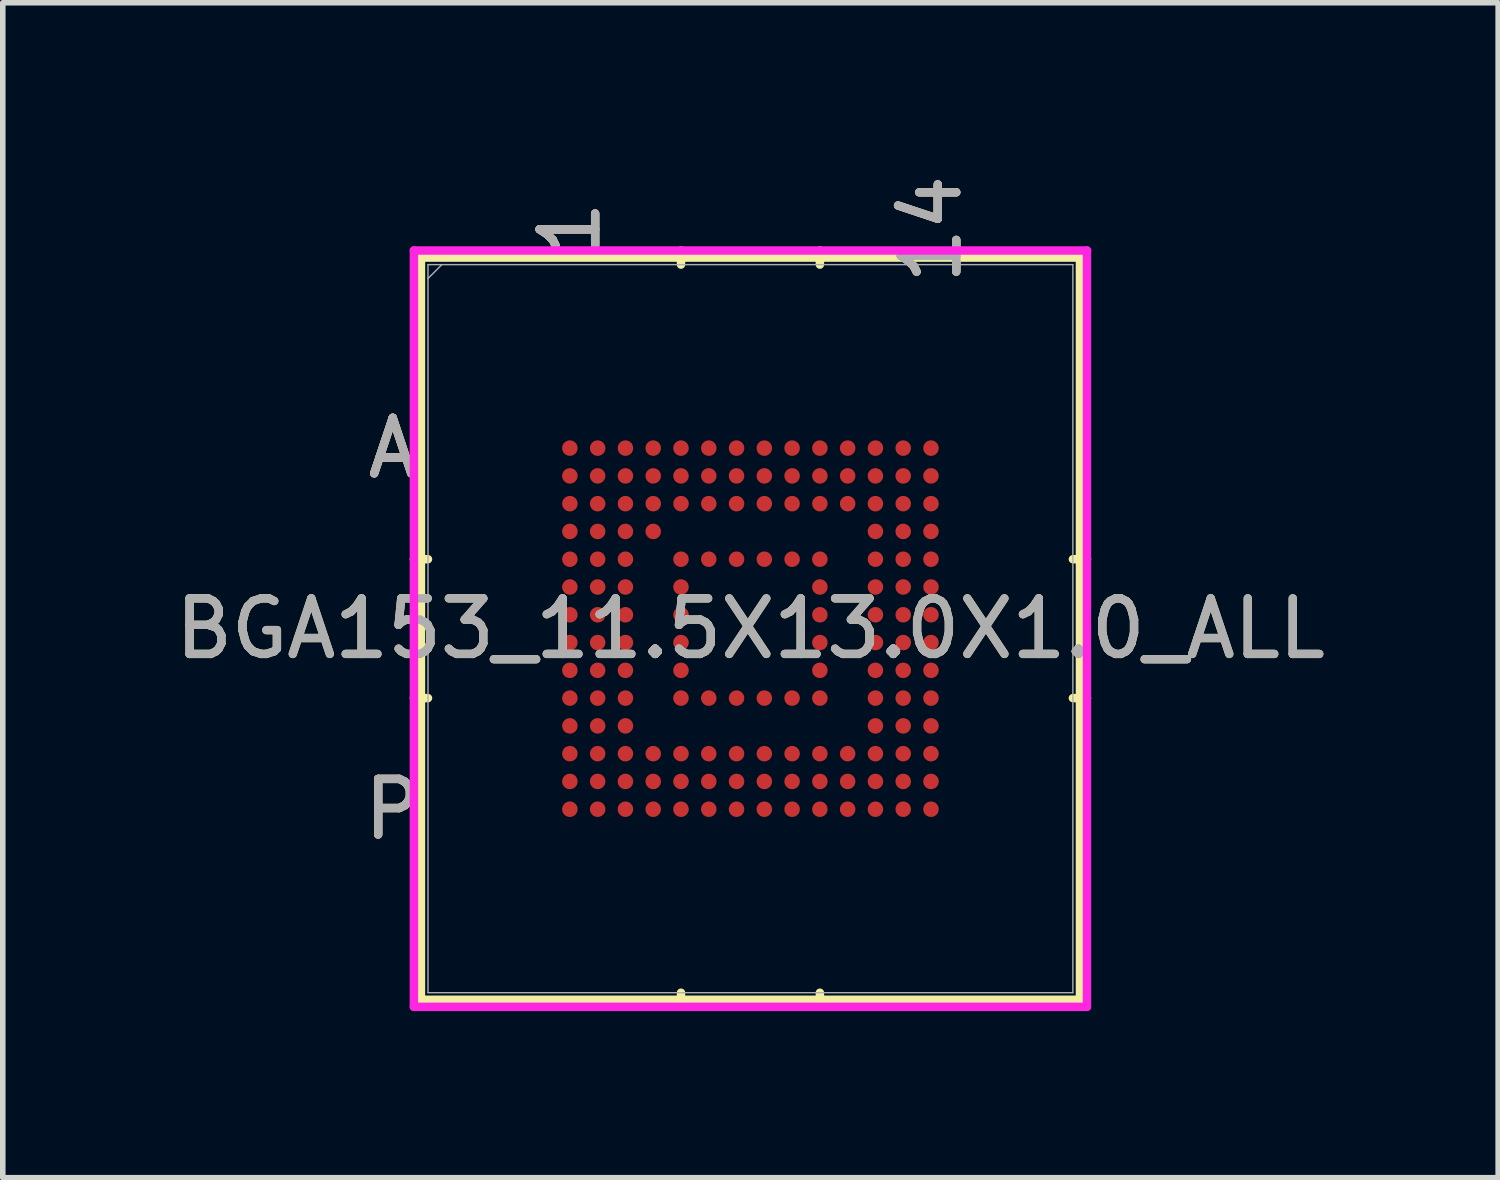
<source format=kicad_pcb>
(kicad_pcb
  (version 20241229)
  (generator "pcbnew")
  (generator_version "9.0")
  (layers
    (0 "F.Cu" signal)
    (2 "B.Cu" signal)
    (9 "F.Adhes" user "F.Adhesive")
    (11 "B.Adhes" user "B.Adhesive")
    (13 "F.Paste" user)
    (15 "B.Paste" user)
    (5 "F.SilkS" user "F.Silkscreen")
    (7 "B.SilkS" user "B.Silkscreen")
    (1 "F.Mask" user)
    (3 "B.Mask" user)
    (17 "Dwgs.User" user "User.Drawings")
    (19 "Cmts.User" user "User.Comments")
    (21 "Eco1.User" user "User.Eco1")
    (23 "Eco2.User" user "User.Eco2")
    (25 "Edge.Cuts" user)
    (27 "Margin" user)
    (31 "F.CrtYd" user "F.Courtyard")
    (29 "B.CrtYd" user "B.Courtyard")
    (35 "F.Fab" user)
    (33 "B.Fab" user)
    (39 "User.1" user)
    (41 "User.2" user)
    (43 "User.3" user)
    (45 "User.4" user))
  (footprint "BGA153_11.5X13.0X1.0_ALL"
    (layer "F.Cu")
    (at 10.458 8.266)
    (property "Reference" "BGA153_11.5X13.0X1.0_ALL" (at 0 0 0) (unlocked yes) (layer "F.SilkS") (effects (font (size 1 1) (thickness 0.15))))
    (attr smd)
    (fp_line (start -5.931 -6.68) (end -5.931 6.68) (stroke (width 0.152) (type solid)) (layer "F.SilkS"))
    (fp_line (start -5.931 6.68) (end 5.931 6.68) (stroke (width 0.152) (type solid)) (layer "F.SilkS"))
    (fp_line (start -5.804 -1.25) (end -6.058 -1.25) (stroke (width 0.152) (type solid)) (layer "F.SilkS"))
    (fp_line (start -5.804 1.25) (end -6.058 1.25) (stroke (width 0.152) (type solid)) (layer "F.SilkS"))
    (fp_line (start -1.25 -6.553) (end -1.25 -6.807) (stroke (width 0.152) (type solid)) (layer "F.SilkS"))
    (fp_line (start -1.25 6.553) (end -1.25 6.807) (stroke (width 0.152) (type solid)) (layer "F.SilkS"))
    (fp_line (start 1.25 -6.553) (end 1.25 -6.807) (stroke (width 0.152) (type solid)) (layer "F.SilkS"))
    (fp_line (start 1.25 6.553) (end 1.25 6.807) (stroke (width 0.152) (type solid)) (layer "F.SilkS"))
    (fp_line (start 5.804 -1.25) (end 6.058 -1.25) (stroke (width 0.152) (type solid)) (layer "F.SilkS"))
    (fp_line (start 5.804 1.25) (end 6.058 1.25) (stroke (width 0.152) (type solid)) (layer "F.SilkS"))
    (fp_line (start 5.931 -6.68) (end -5.931 -6.68) (stroke (width 0.152) (type solid)) (layer "F.SilkS"))
    (fp_line (start 5.931 6.68) (end 5.931 -6.68) (stroke (width 0.152) (type solid)) (layer "F.SilkS"))
    (fp_line (start -6.058 -6.807) (end 6.058 -6.807) (stroke (width 0.152) (type solid)) (layer "F.CrtYd"))
    (fp_line (start -6.058 6.807) (end -6.058 -6.807) (stroke (width 0.152) (type solid)) (layer "F.CrtYd"))
    (fp_line (start 6.058 -6.807) (end 6.058 6.807) (stroke (width 0.152) (type solid)) (layer "F.CrtYd"))
    (fp_line (start 6.058 6.807) (end -6.058 6.807) (stroke (width 0.152) (type solid)) (layer "F.CrtYd"))
    (fp_line (start -5.804 -6.553) (end -5.804 6.553) (stroke (width 0.025) (type solid)) (layer "F.Fab"))
    (fp_line (start -5.804 6.553) (end 5.804 6.553) (stroke (width 0.025) (type solid)) (layer "F.Fab"))
    (fp_line (start -5.554 -6.553) (end -5.804 -6.303) (stroke (width 0.025) (type solid)) (layer "F.Fab"))
    (fp_line (start 5.804 -6.553) (end -5.804 -6.553) (stroke (width 0.025) (type solid)) (layer "F.Fab"))
    (fp_line (start 5.804 6.553) (end 5.804 -6.553) (stroke (width 0.025) (type solid)) (layer "F.Fab"))
    (fp_text user "P" (at -6.439 3.25 0) (unlocked yes) (layer "F.SilkS") (effects (font (size 1 1) (thickness 0.15))))
    (fp_text user "14" (at 3.25 -7.188 90) (unlocked yes) (layer "F.SilkS") (effects (font (size 1 1) (thickness 0.15))))
    (fp_text user "A" (at -6.439 -3.25 0) (unlocked yes) (layer "F.SilkS") (effects (font (size 1 1) (thickness 0.15))))
    (fp_text user "1" (at -3.25 -7.188 90) (unlocked yes) (layer "F.SilkS") (effects (font (size 1 1) (thickness 0.15))))
    (fp_text user "A" (at -6.439 -3.25 0) (unlocked yes) (layer "B.SilkS") (effects (font (size 1 1) (thickness 0.15))))
    (fp_text user "14" (at 3.25 -7.188 90) (unlocked yes) (layer "B.SilkS") (effects (font (size 1 1) (thickness 0.15))))
    (fp_text user "P" (at -6.439 3.25 0) (unlocked yes) (layer "B.SilkS") (effects (font (size 1 1) (thickness 0.15))))
    (fp_text user "1" (at -3.25 -7.188 90) (unlocked yes) (layer "B.SilkS") (effects (font (size 1 1) (thickness 0.15))))
    (fp_text user "P" (at -6.439 3.25 0) (unlocked yes) (layer "F.Fab") (effects (font (size 1 1) (thickness 0.15))))
    (fp_text user "A" (at -6.439 -3.25 0) (unlocked yes) (layer "F.Fab") (effects (font (size 1 1) (thickness 0.15))))
    (fp_text user "14" (at 3.25 -7.188 90) (unlocked yes) (layer "F.Fab") (effects (font (size 1 1) (thickness 0.15))))
    (fp_text user "${REFERENCE}" (at 0 0 0) (unlocked yes) (layer "F.Fab") (effects (font (size 1 1) (thickness 0.15))))
    (fp_text user "1" (at -3.25 -7.188 90) (unlocked yes) (layer "F.Fab") (effects (font (size 1 1) (thickness 0.15))))
    (pad "A1" smd circle (at -3.25 -3.25) (size 0.279 0.279) (layers "F.Cu" "F.Mask" "F.Paste"))
    (pad "A2" smd circle (at -2.75 -3.25) (size 0.279 0.279) (layers "F.Cu" "F.Mask" "F.Paste"))
    (pad "A3" smd circle (at -2.25 -3.25) (size 0.279 0.279) (layers "F.Cu" "F.Mask" "F.Paste"))
    (pad "A4" smd circle (at -1.75 -3.25) (size 0.279 0.279) (layers "F.Cu" "F.Mask" "F.Paste"))
    (pad "A5" smd circle (at -1.25 -3.25) (size 0.279 0.279) (layers "F.Cu" "F.Mask" "F.Paste"))
    (pad "A6" smd circle (at -0.75 -3.25) (size 0.279 0.279) (layers "F.Cu" "F.Mask" "F.Paste"))
    (pad "A7" smd circle (at -0.25 -3.25) (size 0.279 0.279) (layers "F.Cu" "F.Mask" "F.Paste"))
    (pad "A8" smd circle (at 0.25 -3.25) (size 0.279 0.279) (layers "F.Cu" "F.Mask" "F.Paste"))
    (pad "A9" smd circle (at 0.75 -3.25) (size 0.279 0.279) (layers "F.Cu" "F.Mask" "F.Paste"))
    (pad "A10" smd circle (at 1.25 -3.25) (size 0.279 0.279) (layers "F.Cu" "F.Mask" "F.Paste"))
    (pad "A11" smd circle (at 1.75 -3.25) (size 0.279 0.279) (layers "F.Cu" "F.Mask" "F.Paste"))
    (pad "A12" smd circle (at 2.25 -3.25) (size 0.279 0.279) (layers "F.Cu" "F.Mask" "F.Paste"))
    (pad "A13" smd circle (at 2.75 -3.25) (size 0.279 0.279) (layers "F.Cu" "F.Mask" "F.Paste"))
    (pad "A14" smd circle (at 3.25 -3.25) (size 0.279 0.279) (layers "F.Cu" "F.Mask" "F.Paste"))
    (pad "B1" smd circle (at -3.25 -2.75) (size 0.279 0.279) (layers "F.Cu" "F.Mask" "F.Paste"))
    (pad "B2" smd circle (at -2.75 -2.75) (size 0.279 0.279) (layers "F.Cu" "F.Mask" "F.Paste"))
    (pad "B3" smd circle (at -2.25 -2.75) (size 0.279 0.279) (layers "F.Cu" "F.Mask" "F.Paste"))
    (pad "B4" smd circle (at -1.75 -2.75) (size 0.279 0.279) (layers "F.Cu" "F.Mask" "F.Paste"))
    (pad "B5" smd circle (at -1.25 -2.75) (size 0.279 0.279) (layers "F.Cu" "F.Mask" "F.Paste"))
    (pad "B6" smd circle (at -0.75 -2.75) (size 0.279 0.279) (layers "F.Cu" "F.Mask" "F.Paste"))
    (pad "B7" smd circle (at -0.25 -2.75) (size 0.279 0.279) (layers "F.Cu" "F.Mask" "F.Paste"))
    (pad "B8" smd circle (at 0.25 -2.75) (size 0.279 0.279) (layers "F.Cu" "F.Mask" "F.Paste"))
    (pad "B9" smd circle (at 0.75 -2.75) (size 0.279 0.279) (layers "F.Cu" "F.Mask" "F.Paste"))
    (pad "B10" smd circle (at 1.25 -2.75) (size 0.279 0.279) (layers "F.Cu" "F.Mask" "F.Paste"))
    (pad "B11" smd circle (at 1.75 -2.75) (size 0.279 0.279) (layers "F.Cu" "F.Mask" "F.Paste"))
    (pad "B12" smd circle (at 2.25 -2.75) (size 0.279 0.279) (layers "F.Cu" "F.Mask" "F.Paste"))
    (pad "B13" smd circle (at 2.75 -2.75) (size 0.279 0.279) (layers "F.Cu" "F.Mask" "F.Paste"))
    (pad "B14" smd circle (at 3.25 -2.75) (size 0.279 0.279) (layers "F.Cu" "F.Mask" "F.Paste"))
    (pad "C1" smd circle (at -3.25 -2.25) (size 0.279 0.279) (layers "F.Cu" "F.Mask" "F.Paste"))
    (pad "C2" smd circle (at -2.75 -2.25) (size 0.279 0.279) (layers "F.Cu" "F.Mask" "F.Paste"))
    (pad "C3" smd circle (at -2.25 -2.25) (size 0.279 0.279) (layers "F.Cu" "F.Mask" "F.Paste"))
    (pad "C4" smd circle (at -1.75 -2.25) (size 0.279 0.279) (layers "F.Cu" "F.Mask" "F.Paste"))
    (pad "C5" smd circle (at -1.25 -2.25) (size 0.279 0.279) (layers "F.Cu" "F.Mask" "F.Paste"))
    (pad "C6" smd circle (at -0.75 -2.25) (size 0.279 0.279) (layers "F.Cu" "F.Mask" "F.Paste"))
    (pad "C7" smd circle (at -0.25 -2.25) (size 0.279 0.279) (layers "F.Cu" "F.Mask" "F.Paste"))
    (pad "C8" smd circle (at 0.25 -2.25) (size 0.279 0.279) (layers "F.Cu" "F.Mask" "F.Paste"))
    (pad "C9" smd circle (at 0.75 -2.25) (size 0.279 0.279) (layers "F.Cu" "F.Mask" "F.Paste"))
    (pad "C10" smd circle (at 1.25 -2.25) (size 0.279 0.279) (layers "F.Cu" "F.Mask" "F.Paste"))
    (pad "C11" smd circle (at 1.75 -2.25) (size 0.279 0.279) (layers "F.Cu" "F.Mask" "F.Paste"))
    (pad "C12" smd circle (at 2.25 -2.25) (size 0.279 0.279) (layers "F.Cu" "F.Mask" "F.Paste"))
    (pad "C13" smd circle (at 2.75 -2.25) (size 0.279 0.279) (layers "F.Cu" "F.Mask" "F.Paste"))
    (pad "C14" smd circle (at 3.25 -2.25) (size 0.279 0.279) (layers "F.Cu" "F.Mask" "F.Paste"))
    (pad "D1" smd circle (at -3.25 -1.75) (size 0.279 0.279) (layers "F.Cu" "F.Mask" "F.Paste"))
    (pad "D2" smd circle (at -2.75 -1.75) (size 0.279 0.279) (layers "F.Cu" "F.Mask" "F.Paste"))
    (pad "D3" smd circle (at -2.25 -1.75) (size 0.279 0.279) (layers "F.Cu" "F.Mask" "F.Paste"))
    (pad "D4" smd circle (at -1.75 -1.75) (size 0.279 0.279) (layers "F.Cu" "F.Mask" "F.Paste"))
    (pad "D12" smd circle (at 2.25 -1.75) (size 0.279 0.279) (layers "F.Cu" "F.Mask" "F.Paste"))
    (pad "D13" smd circle (at 2.75 -1.75) (size 0.279 0.279) (layers "F.Cu" "F.Mask" "F.Paste"))
    (pad "D14" smd circle (at 3.25 -1.75) (size 0.279 0.279) (layers "F.Cu" "F.Mask" "F.Paste"))
    (pad "E1" smd circle (at -3.25 -1.25) (size 0.279 0.279) (layers "F.Cu" "F.Mask" "F.Paste"))
    (pad "E2" smd circle (at -2.75 -1.25) (size 0.279 0.279) (layers "F.Cu" "F.Mask" "F.Paste"))
    (pad "E3" smd circle (at -2.25 -1.25) (size 0.279 0.279) (layers "F.Cu" "F.Mask" "F.Paste"))
    (pad "E5" smd circle (at -1.25 -1.25) (size 0.279 0.279) (layers "F.Cu" "F.Mask" "F.Paste"))
    (pad "E6" smd circle (at -0.75 -1.25) (size 0.279 0.279) (layers "F.Cu" "F.Mask" "F.Paste"))
    (pad "E7" smd circle (at -0.25 -1.25) (size 0.279 0.279) (layers "F.Cu" "F.Mask" "F.Paste"))
    (pad "E8" smd circle (at 0.25 -1.25) (size 0.279 0.279) (layers "F.Cu" "F.Mask" "F.Paste"))
    (pad "E9" smd circle (at 0.75 -1.25) (size 0.279 0.279) (layers "F.Cu" "F.Mask" "F.Paste"))
    (pad "E10" smd circle (at 1.25 -1.25) (size 0.279 0.279) (layers "F.Cu" "F.Mask" "F.Paste"))
    (pad "E12" smd circle (at 2.25 -1.25) (size 0.279 0.279) (layers "F.Cu" "F.Mask" "F.Paste"))
    (pad "E13" smd circle (at 2.75 -1.25) (size 0.279 0.279) (layers "F.Cu" "F.Mask" "F.Paste"))
    (pad "E14" smd circle (at 3.25 -1.25) (size 0.279 0.279) (layers "F.Cu" "F.Mask" "F.Paste"))
    (pad "F1" smd circle (at -3.25 -0.75) (size 0.279 0.279) (layers "F.Cu" "F.Mask" "F.Paste"))
    (pad "F2" smd circle (at -2.75 -0.75) (size 0.279 0.279) (layers "F.Cu" "F.Mask" "F.Paste"))
    (pad "F3" smd circle (at -2.25 -0.75) (size 0.279 0.279) (layers "F.Cu" "F.Mask" "F.Paste"))
    (pad "F5" smd circle (at -1.25 -0.75) (size 0.279 0.279) (layers "F.Cu" "F.Mask" "F.Paste"))
    (pad "F10" smd circle (at 1.25 -0.75) (size 0.279 0.279) (layers "F.Cu" "F.Mask" "F.Paste"))
    (pad "F12" smd circle (at 2.25 -0.75) (size 0.279 0.279) (layers "F.Cu" "F.Mask" "F.Paste"))
    (pad "F13" smd circle (at 2.75 -0.75) (size 0.279 0.279) (layers "F.Cu" "F.Mask" "F.Paste"))
    (pad "F14" smd circle (at 3.25 -0.75) (size 0.279 0.279) (layers "F.Cu" "F.Mask" "F.Paste"))
    (pad "G1" smd circle (at -3.25 -0.25) (size 0.279 0.279) (layers "F.Cu" "F.Mask" "F.Paste"))
    (pad "G2" smd circle (at -2.75 -0.25) (size 0.279 0.279) (layers "F.Cu" "F.Mask" "F.Paste"))
    (pad "G3" smd circle (at -2.25 -0.25) (size 0.279 0.279) (layers "F.Cu" "F.Mask" "F.Paste"))
    (pad "G5" smd circle (at -1.25 -0.25) (size 0.279 0.279) (layers "F.Cu" "F.Mask" "F.Paste"))
    (pad "G10" smd circle (at 1.25 -0.25) (size 0.279 0.279) (layers "F.Cu" "F.Mask" "F.Paste"))
    (pad "G12" smd circle (at 2.25 -0.25) (size 0.279 0.279) (layers "F.Cu" "F.Mask" "F.Paste"))
    (pad "G13" smd circle (at 2.75 -0.25) (size 0.279 0.279) (layers "F.Cu" "F.Mask" "F.Paste"))
    (pad "G14" smd circle (at 3.25 -0.25) (size 0.279 0.279) (layers "F.Cu" "F.Mask" "F.Paste"))
    (pad "H1" smd circle (at -3.25 0.25) (size 0.279 0.279) (layers "F.Cu" "F.Mask" "F.Paste"))
    (pad "H2" smd circle (at -2.75 0.25) (size 0.279 0.279) (layers "F.Cu" "F.Mask" "F.Paste"))
    (pad "H3" smd circle (at -2.25 0.25) (size 0.279 0.279) (layers "F.Cu" "F.Mask" "F.Paste"))
    (pad "H5" smd circle (at -1.25 0.25) (size 0.279 0.279) (layers "F.Cu" "F.Mask" "F.Paste"))
    (pad "H10" smd circle (at 1.25 0.25) (size 0.279 0.279) (layers "F.Cu" "F.Mask" "F.Paste"))
    (pad "H12" smd circle (at 2.25 0.25) (size 0.279 0.279) (layers "F.Cu" "F.Mask" "F.Paste"))
    (pad "H13" smd circle (at 2.75 0.25) (size 0.279 0.279) (layers "F.Cu" "F.Mask" "F.Paste"))
    (pad "H14" smd circle (at 3.25 0.25) (size 0.279 0.279) (layers "F.Cu" "F.Mask" "F.Paste"))
    (pad "J1" smd circle (at -3.25 0.75) (size 0.279 0.279) (layers "F.Cu" "F.Mask" "F.Paste"))
    (pad "J2" smd circle (at -2.75 0.75) (size 0.279 0.279) (layers "F.Cu" "F.Mask" "F.Paste"))
    (pad "J3" smd circle (at -2.25 0.75) (size 0.279 0.279) (layers "F.Cu" "F.Mask" "F.Paste"))
    (pad "J5" smd circle (at -1.25 0.75) (size 0.279 0.279) (layers "F.Cu" "F.Mask" "F.Paste"))
    (pad "J10" smd circle (at 1.25 0.75) (size 0.279 0.279) (layers "F.Cu" "F.Mask" "F.Paste"))
    (pad "J12" smd circle (at 2.25 0.75) (size 0.279 0.279) (layers "F.Cu" "F.Mask" "F.Paste"))
    (pad "J13" smd circle (at 2.75 0.75) (size 0.279 0.279) (layers "F.Cu" "F.Mask" "F.Paste"))
    (pad "J14" smd circle (at 3.25 0.75) (size 0.279 0.279) (layers "F.Cu" "F.Mask" "F.Paste"))
    (pad "K1" smd circle (at -3.25 1.25) (size 0.279 0.279) (layers "F.Cu" "F.Mask" "F.Paste"))
    (pad "K2" smd circle (at -2.75 1.25) (size 0.279 0.279) (layers "F.Cu" "F.Mask" "F.Paste"))
    (pad "K3" smd circle (at -2.25 1.25) (size 0.279 0.279) (layers "F.Cu" "F.Mask" "F.Paste"))
    (pad "K5" smd circle (at -1.25 1.25) (size 0.279 0.279) (layers "F.Cu" "F.Mask" "F.Paste"))
    (pad "K6" smd circle (at -0.75 1.25) (size 0.279 0.279) (layers "F.Cu" "F.Mask" "F.Paste"))
    (pad "K7" smd circle (at -0.25 1.25) (size 0.279 0.279) (layers "F.Cu" "F.Mask" "F.Paste"))
    (pad "K8" smd circle (at 0.25 1.25) (size 0.279 0.279) (layers "F.Cu" "F.Mask" "F.Paste"))
    (pad "K9" smd circle (at 0.75 1.25) (size 0.279 0.279) (layers "F.Cu" "F.Mask" "F.Paste"))
    (pad "K10" smd circle (at 1.25 1.25) (size 0.279 0.279) (layers "F.Cu" "F.Mask" "F.Paste"))
    (pad "K12" smd circle (at 2.25 1.25) (size 0.279 0.279) (layers "F.Cu" "F.Mask" "F.Paste"))
    (pad "K13" smd circle (at 2.75 1.25) (size 0.279 0.279) (layers "F.Cu" "F.Mask" "F.Paste"))
    (pad "K14" smd circle (at 3.25 1.25) (size 0.279 0.279) (layers "F.Cu" "F.Mask" "F.Paste"))
    (pad "L1" smd circle (at -3.25 1.75) (size 0.279 0.279) (layers "F.Cu" "F.Mask" "F.Paste"))
    (pad "L2" smd circle (at -2.75 1.75) (size 0.279 0.279) (layers "F.Cu" "F.Mask" "F.Paste"))
    (pad "L3" smd circle (at -2.25 1.75) (size 0.279 0.279) (layers "F.Cu" "F.Mask" "F.Paste"))
    (pad "L12" smd circle (at 2.25 1.75) (size 0.279 0.279) (layers "F.Cu" "F.Mask" "F.Paste"))
    (pad "L13" smd circle (at 2.75 1.75) (size 0.279 0.279) (layers "F.Cu" "F.Mask" "F.Paste"))
    (pad "L14" smd circle (at 3.25 1.75) (size 0.279 0.279) (layers "F.Cu" "F.Mask" "F.Paste"))
    (pad "M1" smd circle (at -3.25 2.25) (size 0.279 0.279) (layers "F.Cu" "F.Mask" "F.Paste"))
    (pad "M2" smd circle (at -2.75 2.25) (size 0.279 0.279) (layers "F.Cu" "F.Mask" "F.Paste"))
    (pad "M3" smd circle (at -2.25 2.25) (size 0.279 0.279) (layers "F.Cu" "F.Mask" "F.Paste"))
    (pad "M4" smd circle (at -1.75 2.25) (size 0.279 0.279) (layers "F.Cu" "F.Mask" "F.Paste"))
    (pad "M5" smd circle (at -1.25 2.25) (size 0.279 0.279) (layers "F.Cu" "F.Mask" "F.Paste"))
    (pad "M6" smd circle (at -0.75 2.25) (size 0.279 0.279) (layers "F.Cu" "F.Mask" "F.Paste"))
    (pad "M7" smd circle (at -0.25 2.25) (size 0.279 0.279) (layers "F.Cu" "F.Mask" "F.Paste"))
    (pad "M8" smd circle (at 0.25 2.25) (size 0.279 0.279) (layers "F.Cu" "F.Mask" "F.Paste"))
    (pad "M9" smd circle (at 0.75 2.25) (size 0.279 0.279) (layers "F.Cu" "F.Mask" "F.Paste"))
    (pad "M10" smd circle (at 1.25 2.25) (size 0.279 0.279) (layers "F.Cu" "F.Mask" "F.Paste"))
    (pad "M11" smd circle (at 1.75 2.25) (size 0.279 0.279) (layers "F.Cu" "F.Mask" "F.Paste"))
    (pad "M12" smd circle (at 2.25 2.25) (size 0.279 0.279) (layers "F.Cu" "F.Mask" "F.Paste"))
    (pad "M13" smd circle (at 2.75 2.25) (size 0.279 0.279) (layers "F.Cu" "F.Mask" "F.Paste"))
    (pad "M14" smd circle (at 3.25 2.25) (size 0.279 0.279) (layers "F.Cu" "F.Mask" "F.Paste"))
    (pad "N1" smd circle (at -3.25 2.75) (size 0.279 0.279) (layers "F.Cu" "F.Mask" "F.Paste"))
    (pad "N2" smd circle (at -2.75 2.75) (size 0.279 0.279) (layers "F.Cu" "F.Mask" "F.Paste"))
    (pad "N3" smd circle (at -2.25 2.75) (size 0.279 0.279) (layers "F.Cu" "F.Mask" "F.Paste"))
    (pad "N4" smd circle (at -1.75 2.75) (size 0.279 0.279) (layers "F.Cu" "F.Mask" "F.Paste"))
    (pad "N5" smd circle (at -1.25 2.75) (size 0.279 0.279) (layers "F.Cu" "F.Mask" "F.Paste"))
    (pad "N6" smd circle (at -0.75 2.75) (size 0.279 0.279) (layers "F.Cu" "F.Mask" "F.Paste"))
    (pad "N7" smd circle (at -0.25 2.75) (size 0.279 0.279) (layers "F.Cu" "F.Mask" "F.Paste"))
    (pad "N8" smd circle (at 0.25 2.75) (size 0.279 0.279) (layers "F.Cu" "F.Mask" "F.Paste"))
    (pad "N9" smd circle (at 0.75 2.75) (size 0.279 0.279) (layers "F.Cu" "F.Mask" "F.Paste"))
    (pad "N10" smd circle (at 1.25 2.75) (size 0.279 0.279) (layers "F.Cu" "F.Mask" "F.Paste"))
    (pad "N11" smd circle (at 1.75 2.75) (size 0.279 0.279) (layers "F.Cu" "F.Mask" "F.Paste"))
    (pad "N12" smd circle (at 2.25 2.75) (size 0.279 0.279) (layers "F.Cu" "F.Mask" "F.Paste"))
    (pad "N13" smd circle (at 2.75 2.75) (size 0.279 0.279) (layers "F.Cu" "F.Mask" "F.Paste"))
    (pad "N14" smd circle (at 3.25 2.75) (size 0.279 0.279) (layers "F.Cu" "F.Mask" "F.Paste"))
    (pad "P1" smd circle (at -3.25 3.25) (size 0.279 0.279) (layers "F.Cu" "F.Mask" "F.Paste"))
    (pad "P2" smd circle (at -2.75 3.25) (size 0.279 0.279) (layers "F.Cu" "F.Mask" "F.Paste"))
    (pad "P3" smd circle (at -2.25 3.25) (size 0.279 0.279) (layers "F.Cu" "F.Mask" "F.Paste"))
    (pad "P4" smd circle (at -1.75 3.25) (size 0.279 0.279) (layers "F.Cu" "F.Mask" "F.Paste"))
    (pad "P5" smd circle (at -1.25 3.25) (size 0.279 0.279) (layers "F.Cu" "F.Mask" "F.Paste"))
    (pad "P6" smd circle (at -0.75 3.25) (size 0.279 0.279) (layers "F.Cu" "F.Mask" "F.Paste"))
    (pad "P7" smd circle (at -0.25 3.25) (size 0.279 0.279) (layers "F.Cu" "F.Mask" "F.Paste"))
    (pad "P8" smd circle (at 0.25 3.25) (size 0.279 0.279) (layers "F.Cu" "F.Mask" "F.Paste"))
    (pad "P9" smd circle (at 0.75 3.25) (size 0.279 0.279) (layers "F.Cu" "F.Mask" "F.Paste"))
    (pad "P10" smd circle (at 1.25 3.25) (size 0.279 0.279) (layers "F.Cu" "F.Mask" "F.Paste"))
    (pad "P11" smd circle (at 1.75 3.25) (size 0.279 0.279) (layers "F.Cu" "F.Mask" "F.Paste"))
    (pad "P12" smd circle (at 2.25 3.25) (size 0.279 0.279) (layers "F.Cu" "F.Mask" "F.Paste"))
    (pad "P13" smd circle (at 2.75 3.25) (size 0.279 0.279) (layers "F.Cu" "F.Mask" "F.Paste"))
    (pad "P14" smd circle (at 3.25 3.25) (size 0.279 0.279) (layers "F.Cu" "F.Mask" "F.Paste")))
  (gr_rect
    (start -3 -3)
    (end 23.917 18.149)
    (stroke (width 0.1) (type default))
    (fill no)
    (layer "Edge.Cuts")))
</source>
